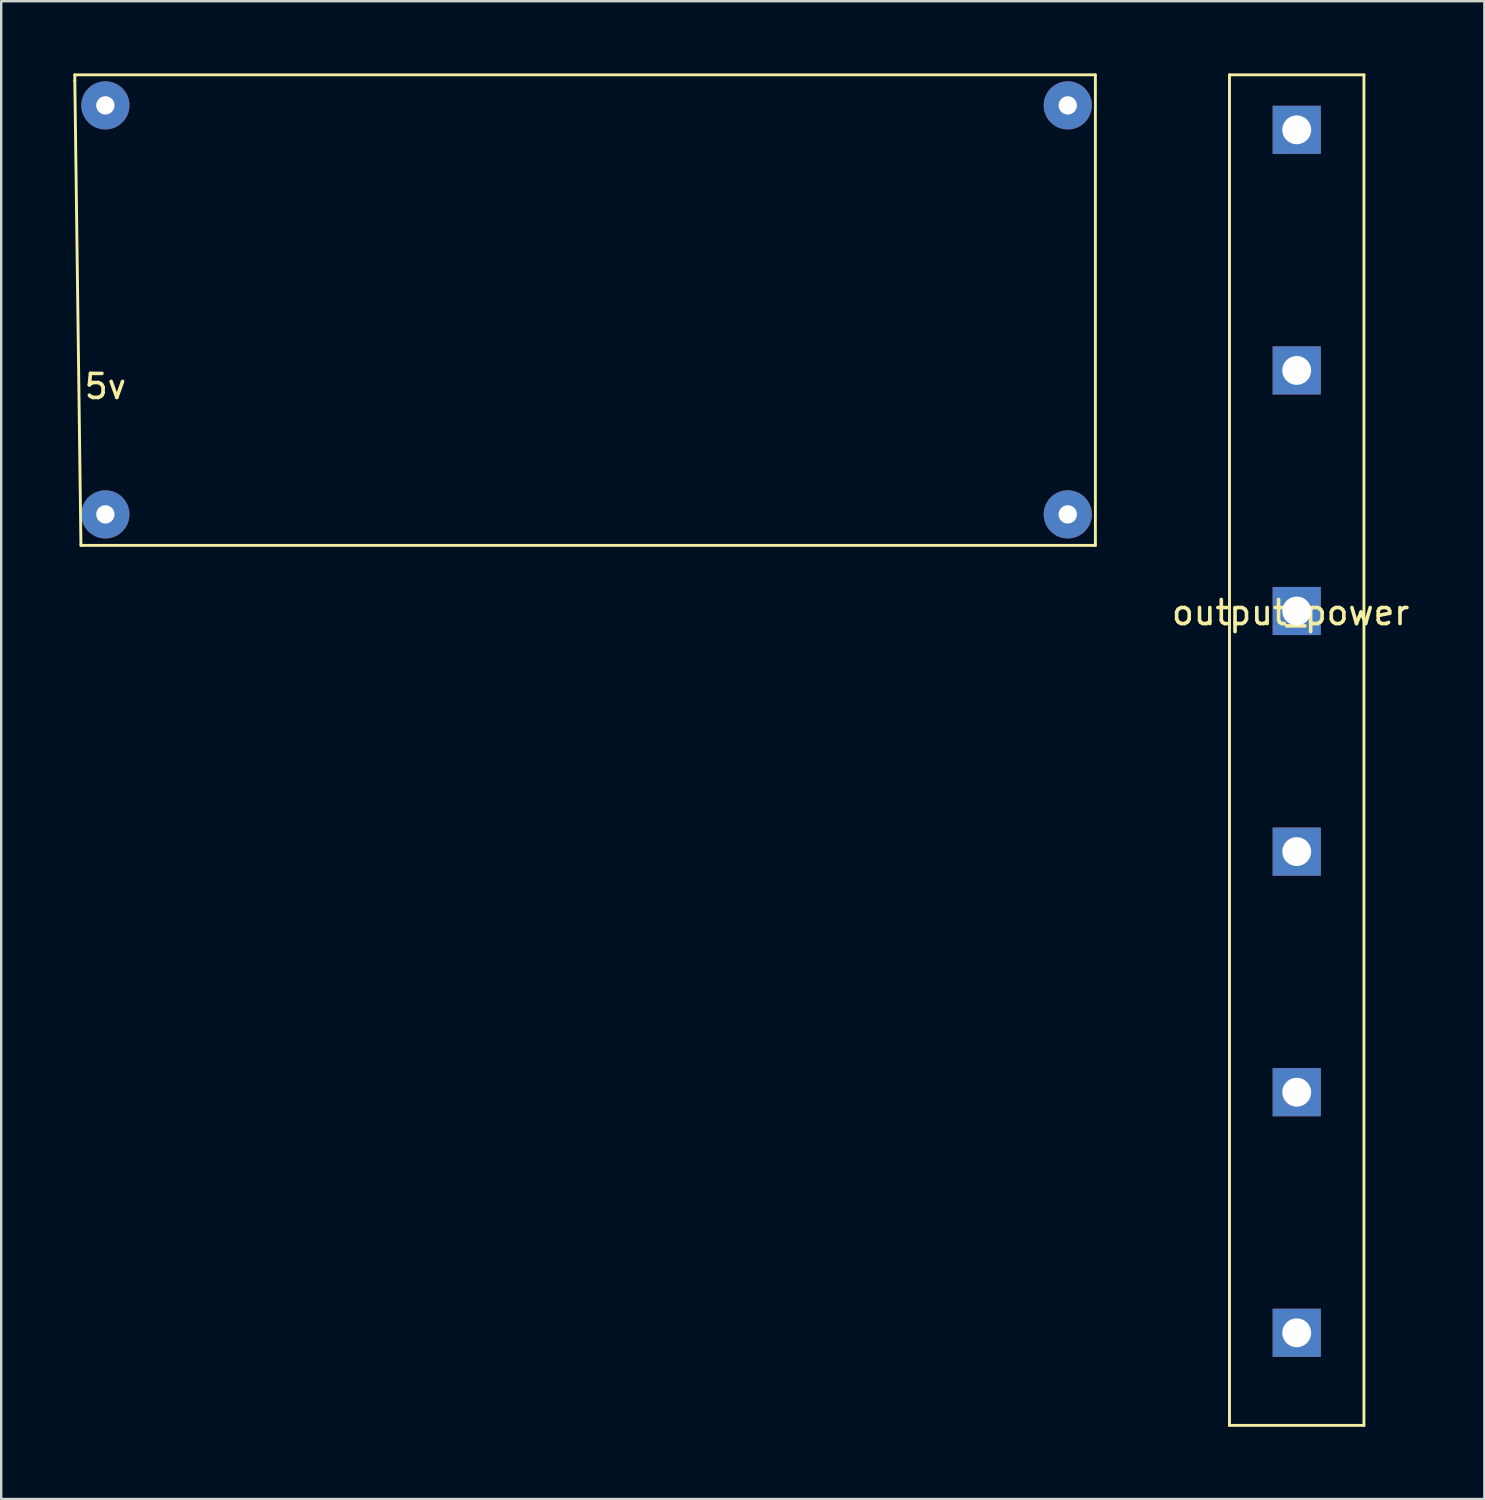
<source format=kicad_pcb>
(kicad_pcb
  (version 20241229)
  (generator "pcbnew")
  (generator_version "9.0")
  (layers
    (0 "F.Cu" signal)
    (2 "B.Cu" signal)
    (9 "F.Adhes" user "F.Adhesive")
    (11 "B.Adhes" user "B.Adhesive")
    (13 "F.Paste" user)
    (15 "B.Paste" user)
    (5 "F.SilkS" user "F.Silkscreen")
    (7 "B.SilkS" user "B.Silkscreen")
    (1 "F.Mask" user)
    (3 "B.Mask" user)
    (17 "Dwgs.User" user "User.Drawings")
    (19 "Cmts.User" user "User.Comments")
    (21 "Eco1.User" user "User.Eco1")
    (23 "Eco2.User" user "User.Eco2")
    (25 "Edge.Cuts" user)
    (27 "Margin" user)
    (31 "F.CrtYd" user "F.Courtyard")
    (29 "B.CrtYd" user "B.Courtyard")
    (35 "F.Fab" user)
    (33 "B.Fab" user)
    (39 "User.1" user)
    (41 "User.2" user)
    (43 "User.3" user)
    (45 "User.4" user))
  (footprint "5v"
    (layer "F.Cu")
    (at 1.33 1.33)
    (property "Reference" "5v" (at 0 11.684 0) (layer "F.SilkS") (effects (font (size 1 1) (thickness 0.15))))
    (attr through_hole)
    (fp_line (start -1.27 -1.27) (end -1.27 -1.016) (stroke (width 0.12) (type solid)) (layer "F.SilkS"))
    (fp_line (start -1.27 -1.016) (end -1.016 18.288) (stroke (width 0.12) (type solid)) (layer "F.SilkS"))
    (fp_line (start -1.016 18.288) (end 41.148 18.288) (stroke (width 0.12) (type solid)) (layer "F.SilkS"))
    (fp_line (start 41.148 -1.27) (end -1.27 -1.27) (stroke (width 0.12) (type solid)) (layer "F.SilkS"))
    (fp_line (start 41.148 18.288) (end 41.148 -1.27) (stroke (width 0.12) (type solid)) (layer "F.SilkS"))
    (pad "1" thru_hole circle (at 0 0) (size 2 2) (drill 0.762) (layers "*.Cu" "*.Mask"))
    (pad "2" thru_hole circle (at 40 0) (size 2 2) (drill 0.762) (layers "*.Cu" "*.Mask"))
    (pad "3" thru_hole circle (at 0 17) (size 2 2) (drill 0.762) (layers "*.Cu" "*.Mask"))
    (pad "4" thru_hole circle (at 40 17) (size 2 2) (drill 0.762) (layers "*.Cu" "*.Mask")))
  (footprint "output_power"
    (layer "F.Cu")
    (at 50.846 2.346)
    (property "Reference" "output_power" (at -0.254 20.066 0) (layer "F.SilkS") (effects (font (size 1 1) (thickness 0.15))))
    (attr through_hole)
    (fp_line (start -2.794 -2.286) (end -2.794 53.848) (stroke (width 0.12) (type solid)) (layer "F.SilkS"))
    (fp_line (start -2.794 53.848) (end 2.794 53.848) (stroke (width 0.12) (type solid)) (layer "F.SilkS"))
    (fp_line (start 2.794 -2.286) (end -2.794 -2.286) (stroke (width 0.12) (type solid)) (layer "F.SilkS"))
    (fp_line (start 2.794 53.848) (end 2.794 -2.286) (stroke (width 0.12) (type solid)) (layer "F.SilkS"))
    (pad "1" thru_hole rect (at 0 0) (size 2 2) (drill 1.2) (layers "*.Cu" "*.Mask"))
    (pad "2" thru_hole rect (at 0 10) (size 2 2) (drill 1.2) (layers "*.Cu" "*.Mask"))
    (pad "3" thru_hole rect (at 0 20) (size 2 2) (drill 1.2) (layers "*.Cu" "*.Mask"))
    (pad "4" thru_hole rect (at 0 30) (size 2 2) (drill 1.2) (layers "*.Cu" "*.Mask"))
    (pad "5" thru_hole rect (at 0 40) (size 2 2) (drill 1.2) (layers "*.Cu" "*.Mask"))
    (pad "6" thru_hole rect (at 0 50) (size 2 2) (drill 1.2) (layers "*.Cu" "*.Mask")))
  (gr_rect
    (start -3 -3)
    (end 58.645 59.254)
    (stroke (width 0.1) (type default))
    (fill no)
    (layer "Edge.Cuts")))
</source>
